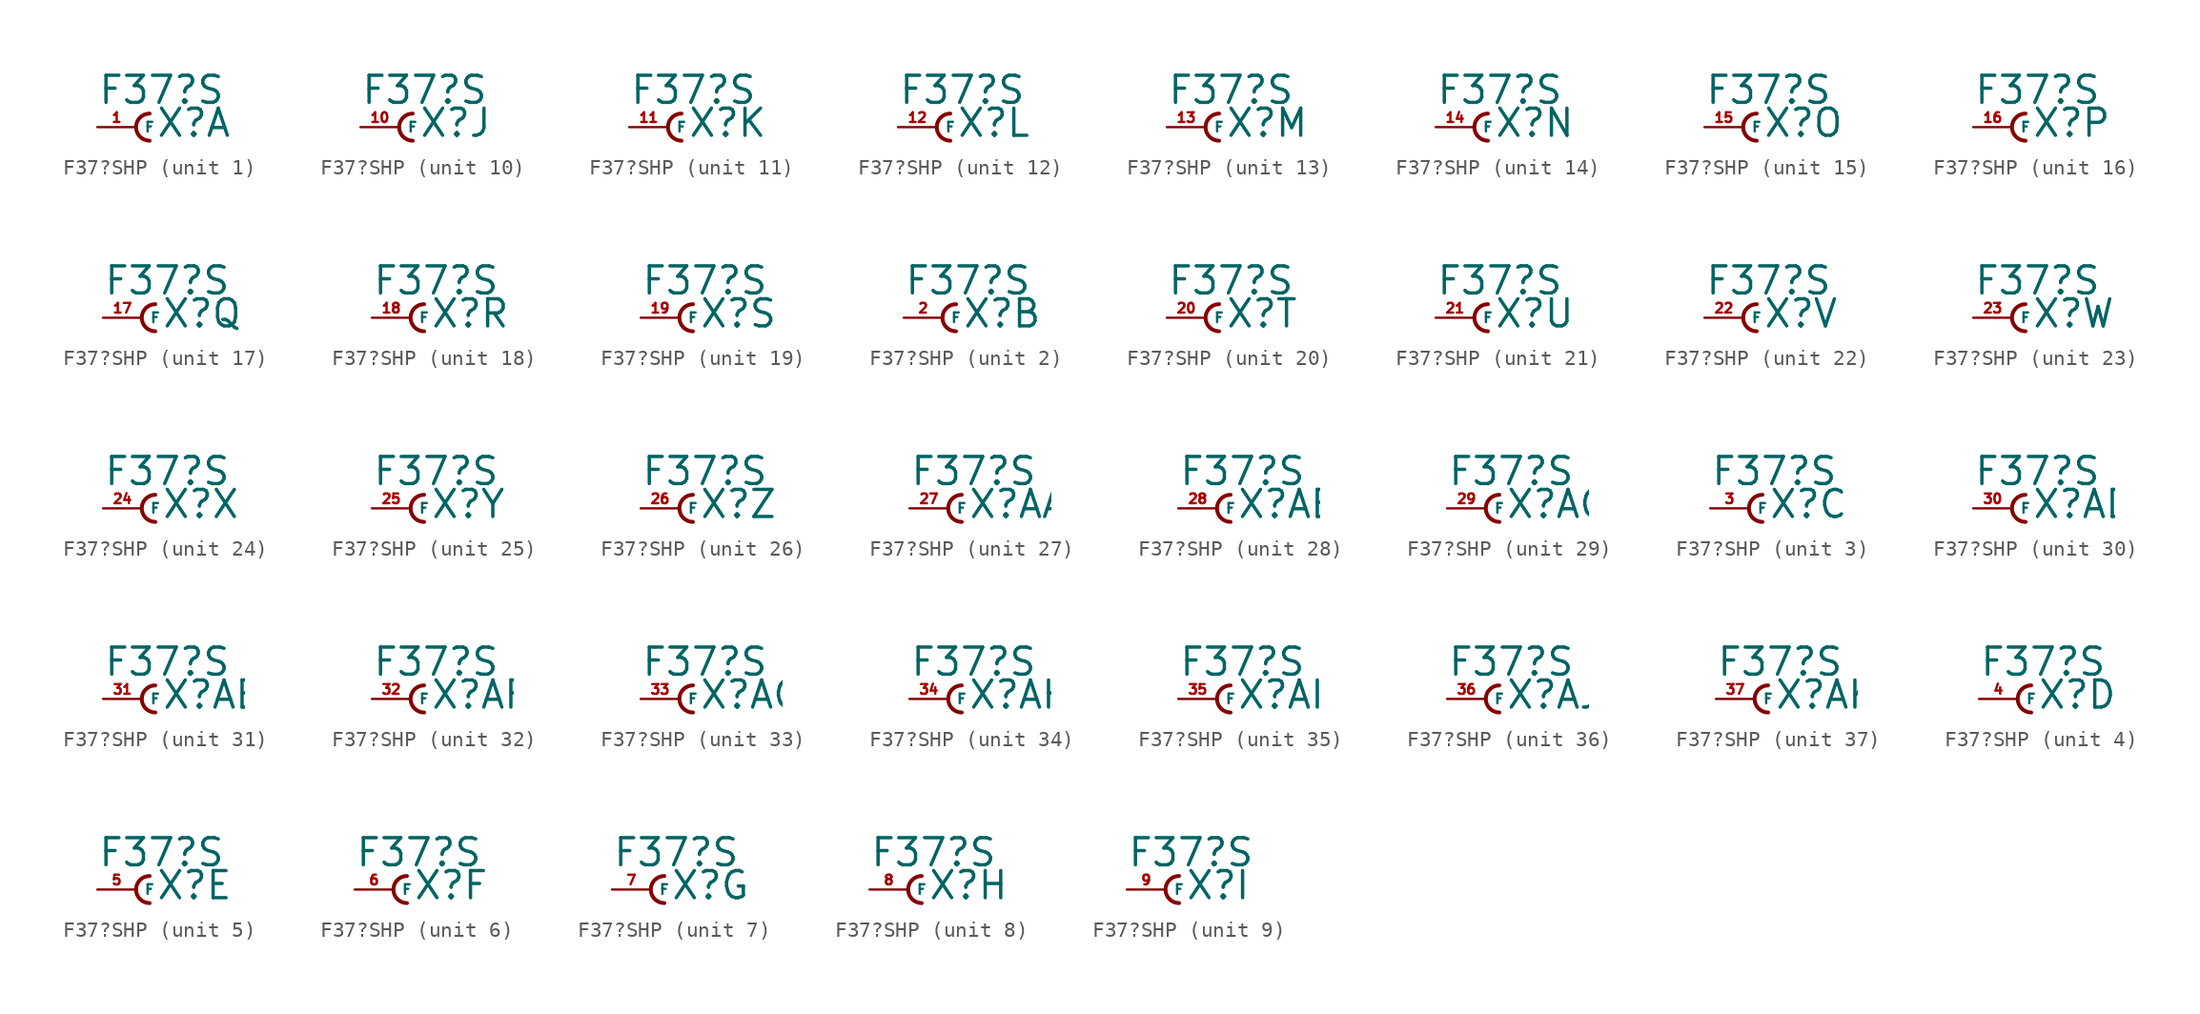
<source format=kicad_sym>
(kicad_symbol_lib
  (version 20220914)
  (generator Eagle2Kicad)
  (symbol "F37?SHP"
    (property "Reference" "X"
      (at 1.27 -0.762 0)
      (effects (font (size 1.778 1.778) (thickness 0.22)) (justify left bottom)))
    (property "Value" "F37?S"
      (at -2.54 1.397 0)
      (effects (font (size 1.778 1.778) (thickness 0.22)) (justify left bottom)))
    (symbol "F37?SHP_1_0"
      (arc (start 0.889 0.889) (mid 0.000 0.000) (end 0.889 -0.889) (stroke (width 0.254) (type default)) (fill (type none)))
      (pin passive line (at -2.54 0 0) (length 2.54) (name "F" (effects (font (size 0.635 0.635) (thickness 0.08)) (justify left bottom))) (number "1" (effects (font (size 0.635 0.635) (thickness 0.08)) (justify left bottom)))))
    (symbol "F37?SHP_2_0"
      (arc (start 0.889 0.889) (mid 0.000 0.000) (end 0.889 -0.889) (stroke (width 0.254) (type default)) (fill (type none)))
      (pin passive line (at -2.54 0 0) (length 2.54) (name "F" (effects (font (size 0.635 0.635) (thickness 0.08)) (justify left bottom))) (number "2" (effects (font (size 0.635 0.635) (thickness 0.08)) (justify left bottom)))))
    (symbol "F37?SHP_3_0"
      (arc (start 0.889 0.889) (mid 0.000 0.000) (end 0.889 -0.889) (stroke (width 0.254) (type default)) (fill (type none)))
      (pin passive line (at -2.54 0 0) (length 2.54) (name "F" (effects (font (size 0.635 0.635) (thickness 0.08)) (justify left bottom))) (number "3" (effects (font (size 0.635 0.635) (thickness 0.08)) (justify left bottom)))))
    (symbol "F37?SHP_4_0"
      (arc (start 0.889 0.889) (mid 0.000 0.000) (end 0.889 -0.889) (stroke (width 0.254) (type default)) (fill (type none)))
      (pin passive line (at -2.54 0 0) (length 2.54) (name "F" (effects (font (size 0.635 0.635) (thickness 0.08)) (justify left bottom))) (number "4" (effects (font (size 0.635 0.635) (thickness 0.08)) (justify left bottom)))))
    (symbol "F37?SHP_5_0"
      (arc (start 0.889 0.889) (mid 0.000 0.000) (end 0.889 -0.889) (stroke (width 0.254) (type default)) (fill (type none)))
      (pin passive line (at -2.54 0 0) (length 2.54) (name "F" (effects (font (size 0.635 0.635) (thickness 0.08)) (justify left bottom))) (number "5" (effects (font (size 0.635 0.635) (thickness 0.08)) (justify left bottom)))))
    (symbol "F37?SHP_6_0"
      (arc (start 0.889 0.889) (mid 0.000 0.000) (end 0.889 -0.889) (stroke (width 0.254) (type default)) (fill (type none)))
      (pin passive line (at -2.54 0 0) (length 2.54) (name "F" (effects (font (size 0.635 0.635) (thickness 0.08)) (justify left bottom))) (number "6" (effects (font (size 0.635 0.635) (thickness 0.08)) (justify left bottom)))))
    (symbol "F37?SHP_7_0"
      (arc (start 0.889 0.889) (mid 0.000 0.000) (end 0.889 -0.889) (stroke (width 0.254) (type default)) (fill (type none)))
      (pin passive line (at -2.54 0 0) (length 2.54) (name "F" (effects (font (size 0.635 0.635) (thickness 0.08)) (justify left bottom))) (number "7" (effects (font (size 0.635 0.635) (thickness 0.08)) (justify left bottom)))))
    (symbol "F37?SHP_8_0"
      (arc (start 0.889 0.889) (mid 0.000 0.000) (end 0.889 -0.889) (stroke (width 0.254) (type default)) (fill (type none)))
      (pin passive line (at -2.54 0 0) (length 2.54) (name "F" (effects (font (size 0.635 0.635) (thickness 0.08)) (justify left bottom))) (number "8" (effects (font (size 0.635 0.635) (thickness 0.08)) (justify left bottom)))))
    (symbol "F37?SHP_9_0"
      (arc (start 0.889 0.889) (mid 0.000 0.000) (end 0.889 -0.889) (stroke (width 0.254) (type default)) (fill (type none)))
      (pin passive line (at -2.54 0 0) (length 2.54) (name "F" (effects (font (size 0.635 0.635) (thickness 0.08)) (justify left bottom))) (number "9" (effects (font (size 0.635 0.635) (thickness 0.08)) (justify left bottom)))))
    (symbol "F37?SHP_10_0"
      (arc (start 0.889 0.889) (mid 0.000 0.000) (end 0.889 -0.889) (stroke (width 0.254) (type default)) (fill (type none)))
      (pin passive line (at -2.54 0 0) (length 2.54) (name "F" (effects (font (size 0.635 0.635) (thickness 0.08)) (justify left bottom))) (number "10" (effects (font (size 0.635 0.635) (thickness 0.08)) (justify left bottom)))))
    (symbol "F37?SHP_11_0"
      (arc (start 0.889 0.889) (mid 0.000 0.000) (end 0.889 -0.889) (stroke (width 0.254) (type default)) (fill (type none)))
      (pin passive line (at -2.54 0 0) (length 2.54) (name "F" (effects (font (size 0.635 0.635) (thickness 0.08)) (justify left bottom))) (number "11" (effects (font (size 0.635 0.635) (thickness 0.08)) (justify left bottom)))))
    (symbol "F37?SHP_12_0"
      (arc (start 0.889 0.889) (mid 0.000 0.000) (end 0.889 -0.889) (stroke (width 0.254) (type default)) (fill (type none)))
      (pin passive line (at -2.54 0 0) (length 2.54) (name "F" (effects (font (size 0.635 0.635) (thickness 0.08)) (justify left bottom))) (number "12" (effects (font (size 0.635 0.635) (thickness 0.08)) (justify left bottom)))))
    (symbol "F37?SHP_13_0"
      (arc (start 0.889 0.889) (mid 0.000 0.000) (end 0.889 -0.889) (stroke (width 0.254) (type default)) (fill (type none)))
      (pin passive line (at -2.54 0 0) (length 2.54) (name "F" (effects (font (size 0.635 0.635) (thickness 0.08)) (justify left bottom))) (number "13" (effects (font (size 0.635 0.635) (thickness 0.08)) (justify left bottom)))))
    (symbol "F37?SHP_14_0"
      (arc (start 0.889 0.889) (mid 0.000 0.000) (end 0.889 -0.889) (stroke (width 0.254) (type default)) (fill (type none)))
      (pin passive line (at -2.54 0 0) (length 2.54) (name "F" (effects (font (size 0.635 0.635) (thickness 0.08)) (justify left bottom))) (number "14" (effects (font (size 0.635 0.635) (thickness 0.08)) (justify left bottom)))))
    (symbol "F37?SHP_15_0"
      (arc (start 0.889 0.889) (mid 0.000 0.000) (end 0.889 -0.889) (stroke (width 0.254) (type default)) (fill (type none)))
      (pin passive line (at -2.54 0 0) (length 2.54) (name "F" (effects (font (size 0.635 0.635) (thickness 0.08)) (justify left bottom))) (number "15" (effects (font (size 0.635 0.635) (thickness 0.08)) (justify left bottom)))))
    (symbol "F37?SHP_16_0"
      (arc (start 0.889 0.889) (mid 0.000 0.000) (end 0.889 -0.889) (stroke (width 0.254) (type default)) (fill (type none)))
      (pin passive line (at -2.54 0 0) (length 2.54) (name "F" (effects (font (size 0.635 0.635) (thickness 0.08)) (justify left bottom))) (number "16" (effects (font (size 0.635 0.635) (thickness 0.08)) (justify left bottom)))))
    (symbol "F37?SHP_17_0"
      (arc (start 0.889 0.889) (mid 0.000 0.000) (end 0.889 -0.889) (stroke (width 0.254) (type default)) (fill (type none)))
      (pin passive line (at -2.54 0 0) (length 2.54) (name "F" (effects (font (size 0.635 0.635) (thickness 0.08)) (justify left bottom))) (number "17" (effects (font (size 0.635 0.635) (thickness 0.08)) (justify left bottom)))))
    (symbol "F37?SHP_18_0"
      (arc (start 0.889 0.889) (mid 0.000 0.000) (end 0.889 -0.889) (stroke (width 0.254) (type default)) (fill (type none)))
      (pin passive line (at -2.54 0 0) (length 2.54) (name "F" (effects (font (size 0.635 0.635) (thickness 0.08)) (justify left bottom))) (number "18" (effects (font (size 0.635 0.635) (thickness 0.08)) (justify left bottom)))))
    (symbol "F37?SHP_19_0"
      (arc (start 0.889 0.889) (mid 0.000 0.000) (end 0.889 -0.889) (stroke (width 0.254) (type default)) (fill (type none)))
      (pin passive line (at -2.54 0 0) (length 2.54) (name "F" (effects (font (size 0.635 0.635) (thickness 0.08)) (justify left bottom))) (number "19" (effects (font (size 0.635 0.635) (thickness 0.08)) (justify left bottom)))))
    (symbol "F37?SHP_20_0"
      (arc (start 0.889 0.889) (mid 0.000 0.000) (end 0.889 -0.889) (stroke (width 0.254) (type default)) (fill (type none)))
      (pin passive line (at -2.54 0 0) (length 2.54) (name "F" (effects (font (size 0.635 0.635) (thickness 0.08)) (justify left bottom))) (number "20" (effects (font (size 0.635 0.635) (thickness 0.08)) (justify left bottom)))))
    (symbol "F37?SHP_21_0"
      (arc (start 0.889 0.889) (mid 0.000 0.000) (end 0.889 -0.889) (stroke (width 0.254) (type default)) (fill (type none)))
      (pin passive line (at -2.54 0 0) (length 2.54) (name "F" (effects (font (size 0.635 0.635) (thickness 0.08)) (justify left bottom))) (number "21" (effects (font (size 0.635 0.635) (thickness 0.08)) (justify left bottom)))))
    (symbol "F37?SHP_22_0"
      (arc (start 0.889 0.889) (mid 0.000 0.000) (end 0.889 -0.889) (stroke (width 0.254) (type default)) (fill (type none)))
      (pin passive line (at -2.54 0 0) (length 2.54) (name "F" (effects (font (size 0.635 0.635) (thickness 0.08)) (justify left bottom))) (number "22" (effects (font (size 0.635 0.635) (thickness 0.08)) (justify left bottom)))))
    (symbol "F37?SHP_23_0"
      (arc (start 0.889 0.889) (mid 0.000 0.000) (end 0.889 -0.889) (stroke (width 0.254) (type default)) (fill (type none)))
      (pin passive line (at -2.54 0 0) (length 2.54) (name "F" (effects (font (size 0.635 0.635) (thickness 0.08)) (justify left bottom))) (number "23" (effects (font (size 0.635 0.635) (thickness 0.08)) (justify left bottom)))))
    (symbol "F37?SHP_24_0"
      (arc (start 0.889 0.889) (mid 0.000 0.000) (end 0.889 -0.889) (stroke (width 0.254) (type default)) (fill (type none)))
      (pin passive line (at -2.54 0 0) (length 2.54) (name "F" (effects (font (size 0.635 0.635) (thickness 0.08)) (justify left bottom))) (number "24" (effects (font (size 0.635 0.635) (thickness 0.08)) (justify left bottom)))))
    (symbol "F37?SHP_25_0"
      (arc (start 0.889 0.889) (mid 0.000 0.000) (end 0.889 -0.889) (stroke (width 0.254) (type default)) (fill (type none)))
      (pin passive line (at -2.54 0 0) (length 2.54) (name "F" (effects (font (size 0.635 0.635) (thickness 0.08)) (justify left bottom))) (number "25" (effects (font (size 0.635 0.635) (thickness 0.08)) (justify left bottom)))))
    (symbol "F37?SHP_26_0"
      (arc (start 0.889 0.889) (mid 0.000 0.000) (end 0.889 -0.889) (stroke (width 0.254) (type default)) (fill (type none)))
      (pin passive line (at -2.54 0 0) (length 2.54) (name "F" (effects (font (size 0.635 0.635) (thickness 0.08)) (justify left bottom))) (number "26" (effects (font (size 0.635 0.635) (thickness 0.08)) (justify left bottom)))))
    (symbol "F37?SHP_27_0"
      (arc (start 0.889 0.889) (mid 0.000 0.000) (end 0.889 -0.889) (stroke (width 0.254) (type default)) (fill (type none)))
      (pin passive line (at -2.54 0 0) (length 2.54) (name "F" (effects (font (size 0.635 0.635) (thickness 0.08)) (justify left bottom))) (number "27" (effects (font (size 0.635 0.635) (thickness 0.08)) (justify left bottom)))))
    (symbol "F37?SHP_28_0"
      (arc (start 0.889 0.889) (mid 0.000 0.000) (end 0.889 -0.889) (stroke (width 0.254) (type default)) (fill (type none)))
      (pin passive line (at -2.54 0 0) (length 2.54) (name "F" (effects (font (size 0.635 0.635) (thickness 0.08)) (justify left bottom))) (number "28" (effects (font (size 0.635 0.635) (thickness 0.08)) (justify left bottom)))))
    (symbol "F37?SHP_29_0"
      (arc (start 0.889 0.889) (mid 0.000 0.000) (end 0.889 -0.889) (stroke (width 0.254) (type default)) (fill (type none)))
      (pin passive line (at -2.54 0 0) (length 2.54) (name "F" (effects (font (size 0.635 0.635) (thickness 0.08)) (justify left bottom))) (number "29" (effects (font (size 0.635 0.635) (thickness 0.08)) (justify left bottom)))))
    (symbol "F37?SHP_30_0"
      (arc (start 0.889 0.889) (mid 0.000 0.000) (end 0.889 -0.889) (stroke (width 0.254) (type default)) (fill (type none)))
      (pin passive line (at -2.54 0 0) (length 2.54) (name "F" (effects (font (size 0.635 0.635) (thickness 0.08)) (justify left bottom))) (number "30" (effects (font (size 0.635 0.635) (thickness 0.08)) (justify left bottom)))))
    (symbol "F37?SHP_31_0"
      (arc (start 0.889 0.889) (mid 0.000 0.000) (end 0.889 -0.889) (stroke (width 0.254) (type default)) (fill (type none)))
      (pin passive line (at -2.54 0 0) (length 2.54) (name "F" (effects (font (size 0.635 0.635) (thickness 0.08)) (justify left bottom))) (number "31" (effects (font (size 0.635 0.635) (thickness 0.08)) (justify left bottom)))))
    (symbol "F37?SHP_32_0"
      (arc (start 0.889 0.889) (mid 0.000 0.000) (end 0.889 -0.889) (stroke (width 0.254) (type default)) (fill (type none)))
      (pin passive line (at -2.54 0 0) (length 2.54) (name "F" (effects (font (size 0.635 0.635) (thickness 0.08)) (justify left bottom))) (number "32" (effects (font (size 0.635 0.635) (thickness 0.08)) (justify left bottom)))))
    (symbol "F37?SHP_33_0"
      (arc (start 0.889 0.889) (mid 0.000 0.000) (end 0.889 -0.889) (stroke (width 0.254) (type default)) (fill (type none)))
      (pin passive line (at -2.54 0 0) (length 2.54) (name "F" (effects (font (size 0.635 0.635) (thickness 0.08)) (justify left bottom))) (number "33" (effects (font (size 0.635 0.635) (thickness 0.08)) (justify left bottom)))))
    (symbol "F37?SHP_34_0"
      (arc (start 0.889 0.889) (mid 0.000 0.000) (end 0.889 -0.889) (stroke (width 0.254) (type default)) (fill (type none)))
      (pin passive line (at -2.54 0 0) (length 2.54) (name "F" (effects (font (size 0.635 0.635) (thickness 0.08)) (justify left bottom))) (number "34" (effects (font (size 0.635 0.635) (thickness 0.08)) (justify left bottom)))))
    (symbol "F37?SHP_35_0"
      (arc (start 0.889 0.889) (mid 0.000 0.000) (end 0.889 -0.889) (stroke (width 0.254) (type default)) (fill (type none)))
      (pin passive line (at -2.54 0 0) (length 2.54) (name "F" (effects (font (size 0.635 0.635) (thickness 0.08)) (justify left bottom))) (number "35" (effects (font (size 0.635 0.635) (thickness 0.08)) (justify left bottom)))))
    (symbol "F37?SHP_36_0"
      (arc (start 0.889 0.889) (mid 0.000 0.000) (end 0.889 -0.889) (stroke (width 0.254) (type default)) (fill (type none)))
      (pin passive line (at -2.54 0 0) (length 2.54) (name "F" (effects (font (size 0.635 0.635) (thickness 0.08)) (justify left bottom))) (number "36" (effects (font (size 0.635 0.635) (thickness 0.08)) (justify left bottom)))))
    (symbol "F37?SHP_37_0"
      (arc (start 0.889 0.889) (mid 0.000 0.000) (end 0.889 -0.889) (stroke (width 0.254) (type default)) (fill (type none)))
      (pin passive line (at -2.54 0 0) (length 2.54) (name "F" (effects (font (size 0.635 0.635) (thickness 0.08)) (justify left bottom))) (number "37" (effects (font (size 0.635 0.635) (thickness 0.08)) (justify left bottom)))))))
</source>
